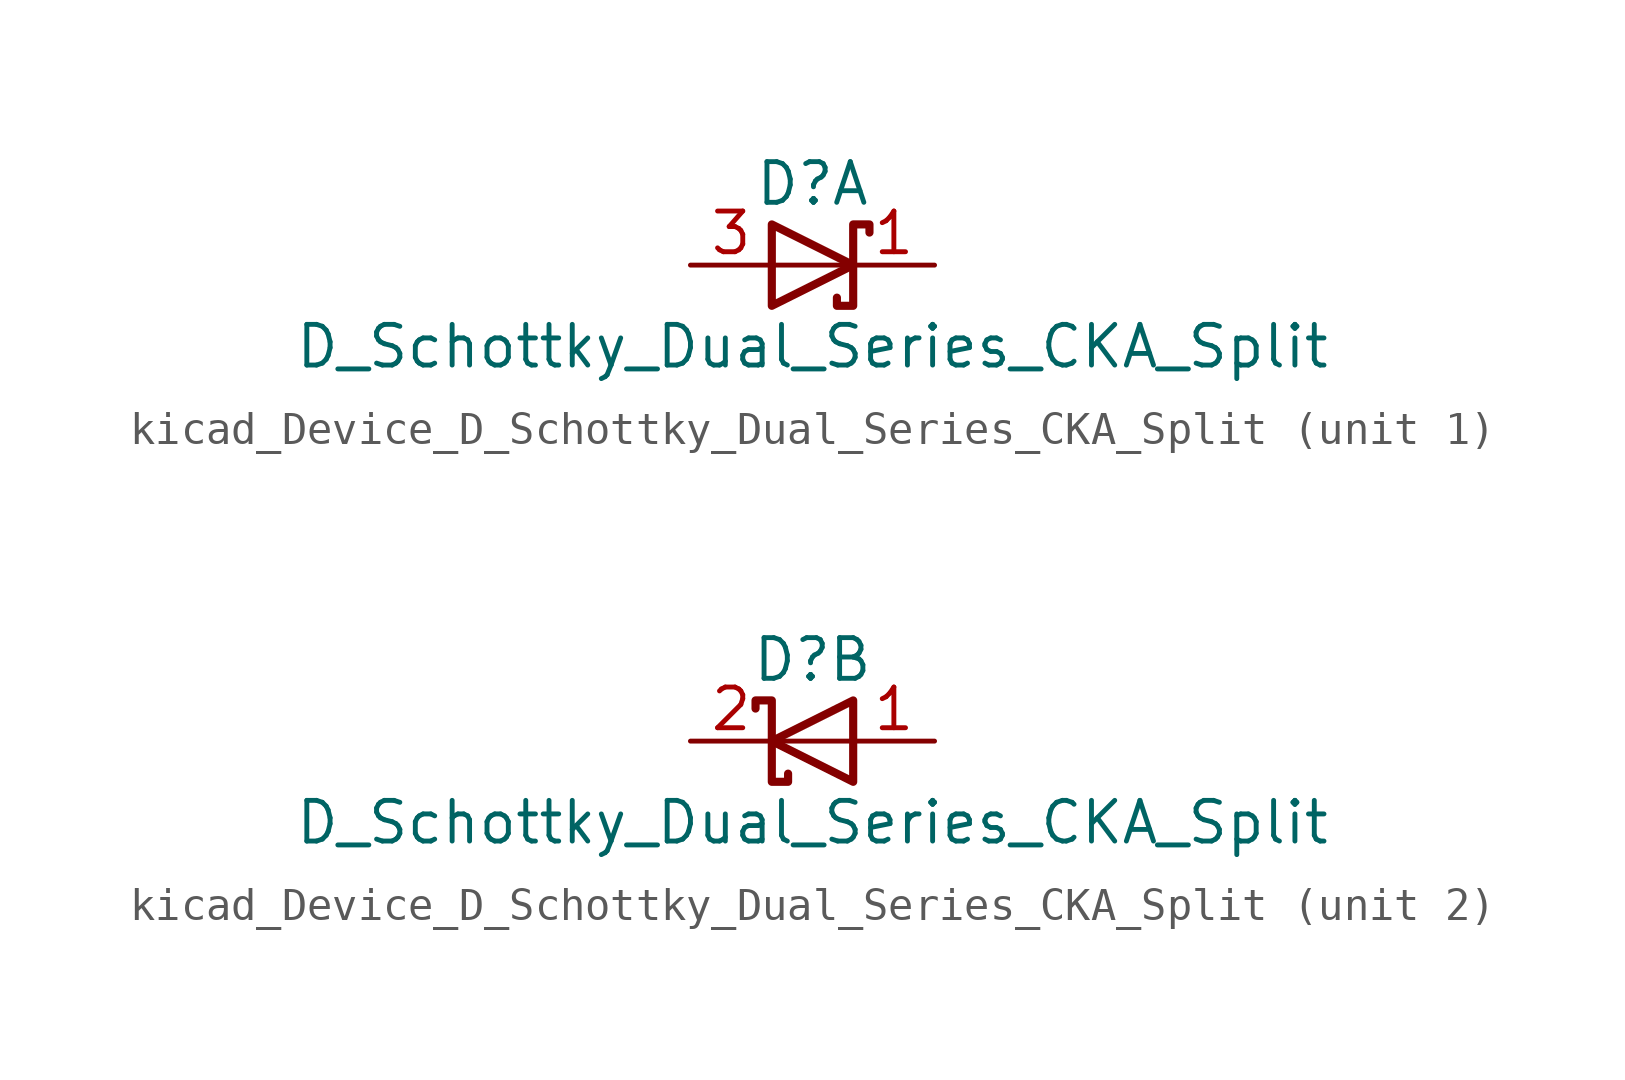
<source format=kicad_sym>
(kicad_symbol_lib
  (version 20220914)
  (generator kicad_symbol_editor)
  (symbol "kicad_Device_D_Schottky_Dual_Series_CKA_Split"
    (pin_names
      (offset 0.762) hide)
    (property "Reference" "D"
      (at 0 2.54 0)
      (effects (font (size 1.27 1.27))))
    (property "Value" "D_Schottky_Dual_Series_CKA_Split"
      (at 0 -2.54 0)
      (effects (font (size 1.27 1.27))))
    (property "ki_locked" ""
      (at 0 0 0)
      (effects (font (size 1.27 1.27))))
    (symbol "kicad_Device_D_Schottky_Dual_Series_CKA_Split_0_1"
      (pin passive line (at 3.81 0 180) (length 2.54) (name "K" (effects (font (size 1.27 1.27)))) (number "1" (effects (font (size 1.27 1.27))))))
    (symbol "kicad_Device_D_Schottky_Dual_Series_CKA_Split_1_1"
      (polyline (pts (xy 1.27 0) (xy -1.27 0)) (stroke (width 0) (type default)) (fill (type none)))
      (polyline (pts (xy -1.27 1.27) (xy 1.27 0) (xy -1.27 -1.27) (xy -1.27 1.27) (xy -1.27 1.27) (xy -1.27 1.27)) (stroke (width 0.254) (type default)) (fill (type none)))
      (polyline (pts (xy 1.778 1.016) (xy 1.778 1.27) (xy 1.27 1.27) (xy 1.27 -1.27) (xy 0.762 -1.27) (xy 0.762 -1.016)) (stroke (width 0.254) (type default)) (fill (type none)))
      (pin passive line (at -3.81 0 0) (length 2.54) (name "A" (effects (font (size 1.27 1.27)))) (number "3" (effects (font (size 1.27 1.27))))))
    (symbol "kicad_Device_D_Schottky_Dual_Series_CKA_Split_2_1"
      (polyline (pts (xy -1.27 0) (xy 1.27 0)) (stroke (width 0) (type default)) (fill (type none)))
      (polyline (pts (xy -1.778 1.016) (xy -1.778 1.27) (xy -1.27 1.27) (xy -1.27 -1.27) (xy -0.762 -1.27) (xy -0.762 -1.016)) (stroke (width 0.254) (type default)) (fill (type none)))
      (polyline (pts (xy 1.27 1.27) (xy -1.27 0) (xy 1.27 -1.27) (xy 1.27 1.27) (xy 1.27 1.27) (xy 1.27 1.27)) (stroke (width 0.254) (type default)) (fill (type none)))
      (pin passive line (at -3.81 0 0) (length 2.54) (name "K" (effects (font (size 1.27 1.27)))) (number "2" (effects (font (size 1.27 1.27))))))))
</source>
